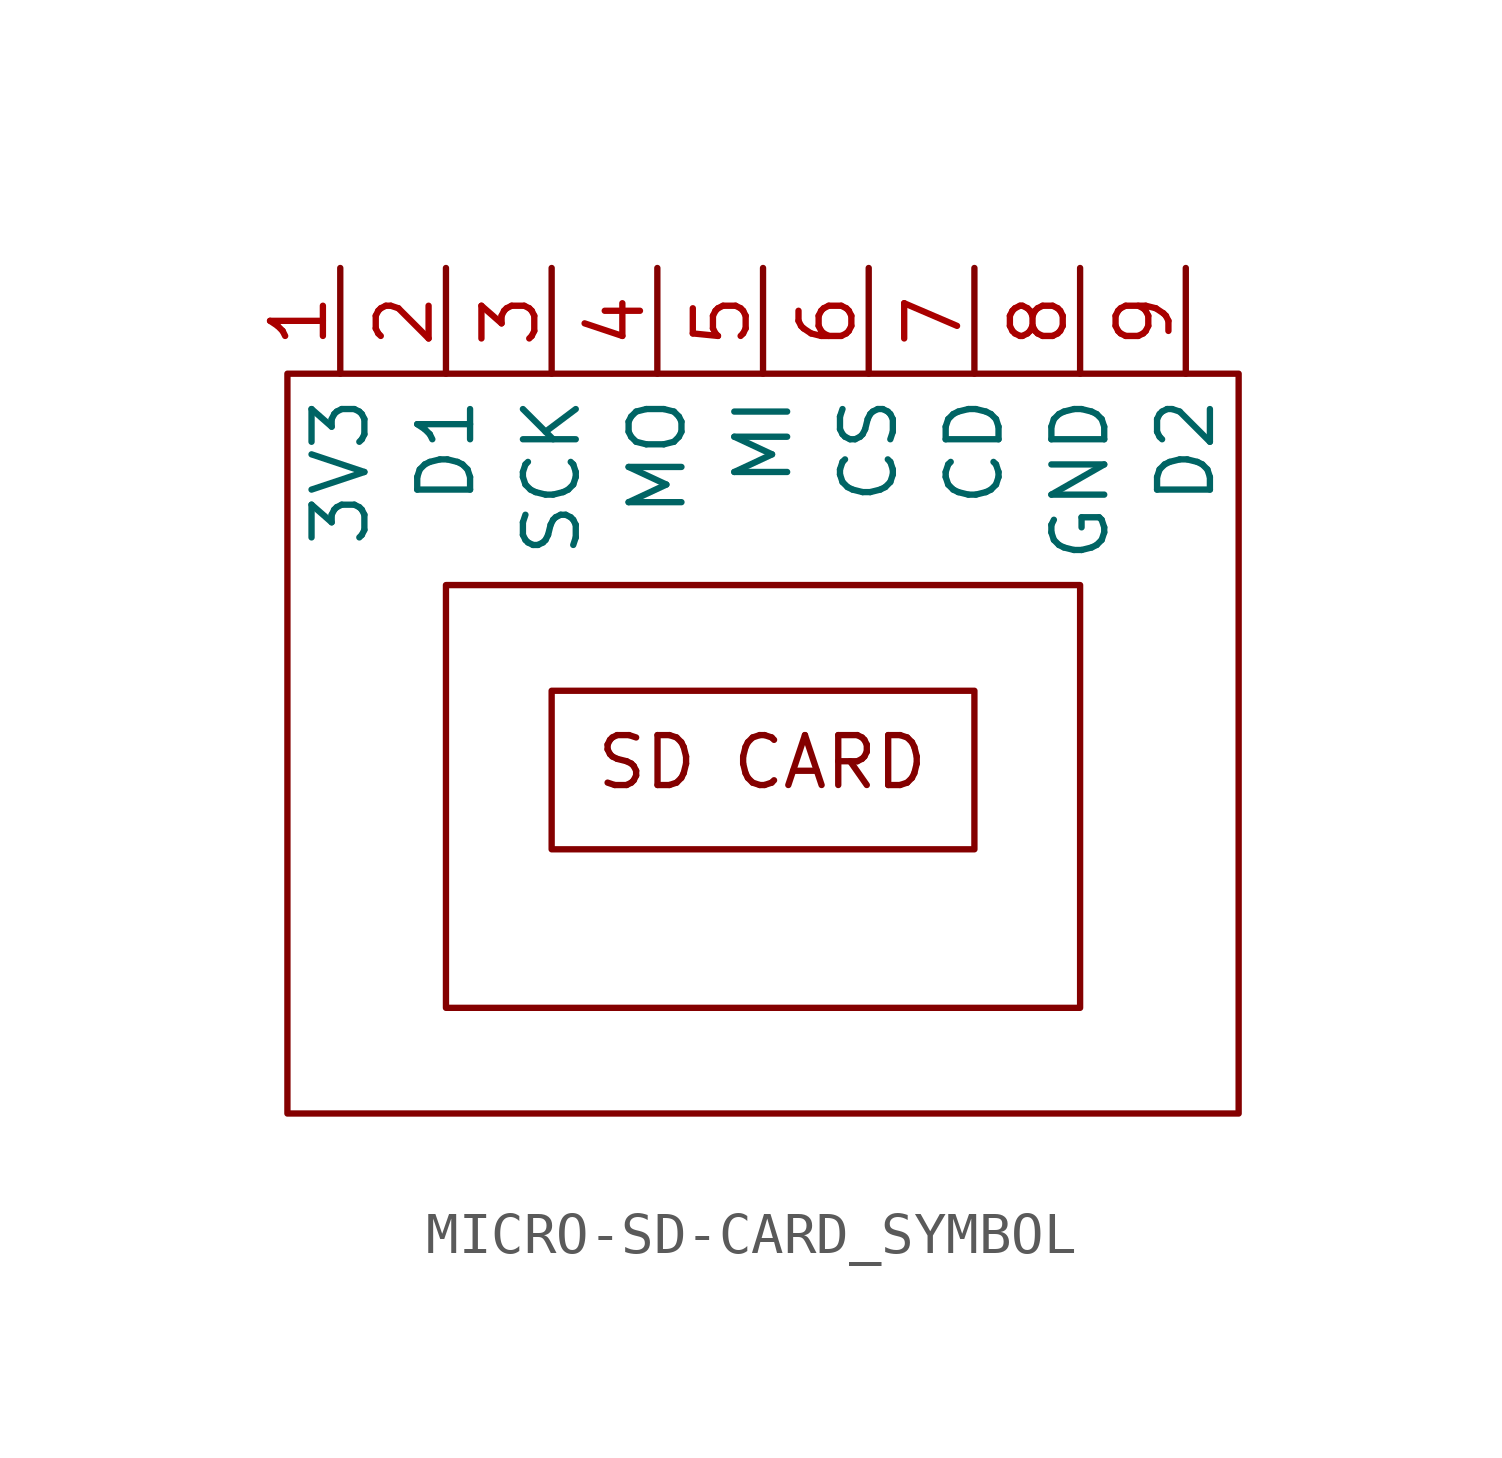
<source format=kicad_sym>
(kicad_symbol_lib
  (version 20241209)
  (generator "kicad_symbol_editor")
  (generator_version "9.0")
  (symbol "MICRO-SD-CARD_SYMBOL"
    (property "Reference" "U"
      (at 12.192 9.398 0)
      (effects (font (size 1.27 1.27)) (hide yes)))
    (property "Value" ""
      (at -7.62 6.35 0)
      (effects (font (size 1.27 1.27))))
    (symbol "MICRO-SD-CARD_SYMBOL_0_1"
      (rectangle (start -11.43 8.89) (end 11.43 -8.89) (stroke (width 0) (type default)) (fill (type none)))
      (rectangle (start -7.62 3.81) (end 7.62 -6.35) (stroke (width 0) (type default)) (fill (type none))))
    (symbol "MICRO-SD-CARD_SYMBOL_1_1"
      (text_box "SD CARD\n" (at -5.08 1.27 0) (size 10.16 -3.81) (margins 1.016 1.016 1.016 1.016) (stroke (width 0) (type solid)) (fill (type none)) (effects (font (size 1.2 1.2)) (justify left top)))
      (pin power_in line (at -10.16 11.43 270) (length 2.54) (name "3V3" (effects (font (size 1.27 1.27)))) (number "1" (effects (font (size 1.27 1.27)))))
      (pin bidirectional line (at -7.62 11.43 270) (length 2.54) (name "D1" (effects (font (size 1.27 1.27)))) (number "2" (effects (font (size 1.27 1.27)))))
      (pin bidirectional line (at -5.08 11.43 270) (length 2.54) (name "SCK" (effects (font (size 1.27 1.27)))) (number "3" (effects (font (size 1.27 1.27)))))
      (pin bidirectional line (at -2.54 11.43 270) (length 2.54) (name "MO" (effects (font (size 1.27 1.27)))) (number "4" (effects (font (size 1.27 1.27)))))
      (pin bidirectional line (at 0 11.43 270) (length 2.54) (name "MI" (effects (font (size 1.27 1.27)))) (number "5" (effects (font (size 1.27 1.27)))))
      (pin bidirectional line (at 2.54 11.43 270) (length 2.54) (name "CS" (effects (font (size 1.27 1.27)))) (number "6" (effects (font (size 1.27 1.27)))))
      (pin bidirectional line (at 5.08 11.43 270) (length 2.54) (name "CD" (effects (font (size 1.27 1.27)))) (number "7" (effects (font (size 1.27 1.27)))))
      (pin power_in line (at 7.62 11.43 270) (length 2.54) (name "GND" (effects (font (size 1.27 1.27)))) (number "8" (effects (font (size 1.27 1.27)))))
      (pin bidirectional line (at 10.16 11.43 270) (length 2.54) (name "D2" (effects (font (size 1.27 1.27)))) (number "9" (effects (font (size 1.27 1.27))))))))
</source>
